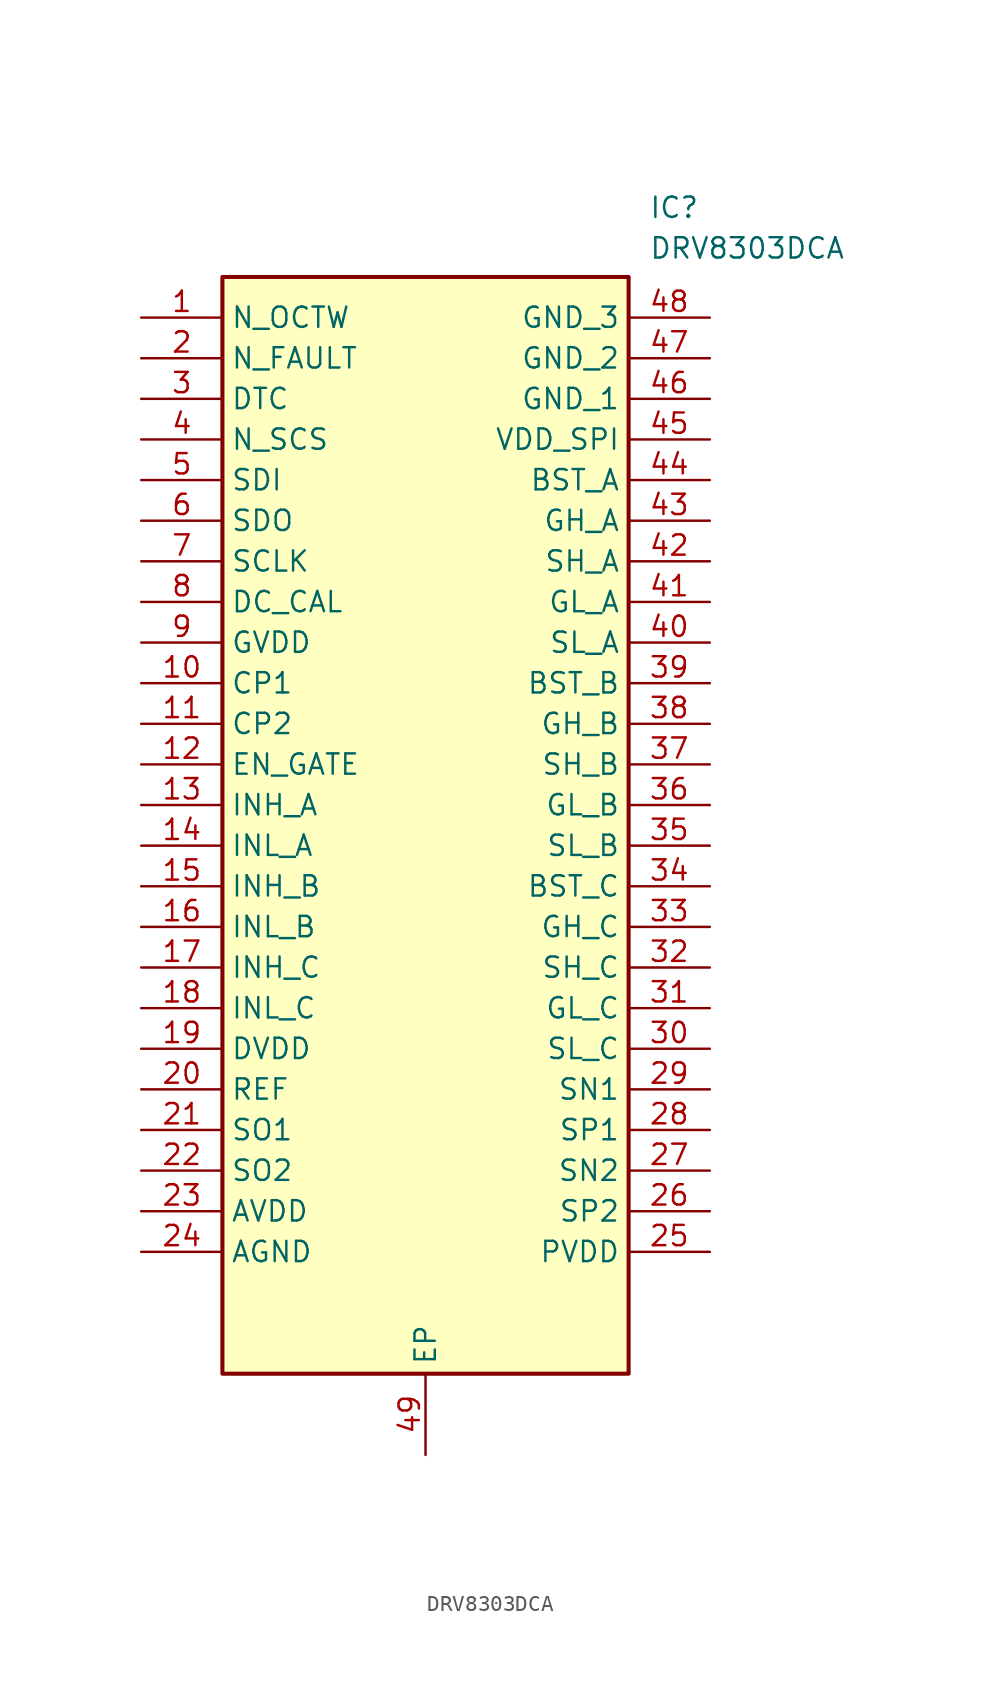
<source format=kicad_sym>
(kicad_symbol_lib
  (version 20211014)
  (generator SamacSys_ECAD_Model)
  (symbol "DRV8303DCA"
    (property "Reference" "IC"
      (at 31.75 7.62 0)
      (effects (font (size 1.27 1.27)) (justify left top)))
    (property "Value" "DRV8303DCA"
      (at 31.75 5.08 0)
      (effects (font (size 1.27 1.27)) (justify left top)))
    (rectangle
      (start 5.08 2.54)
      (end 30.48 -66.04)
      (stroke (width 0.254) (type default))
      (fill (type background)))
    (pin output line
      (at 0 0 0)
      (length 5.08)
      (name "N_OCTW" (effects (font (size 1.27 1.27))))
      (number "1" (effects (font (size 1.27 1.27)))))
    (pin output line
      (at 0 -2.54 0)
      (length 5.08)
      (name "N_FAULT" (effects (font (size 1.27 1.27))))
      (number "2" (effects (font (size 1.27 1.27)))))
    (pin input line
      (at 0 -5.08 0)
      (length 5.08)
      (name "DTC" (effects (font (size 1.27 1.27))))
      (number "3" (effects (font (size 1.27 1.27)))))
    (pin input line
      (at 0 -7.62 0)
      (length 5.08)
      (name "N_SCS" (effects (font (size 1.27 1.27))))
      (number "4" (effects (font (size 1.27 1.27)))))
    (pin input line
      (at 0 -10.16 0)
      (length 5.08)
      (name "SDI" (effects (font (size 1.27 1.27))))
      (number "5" (effects (font (size 1.27 1.27)))))
    (pin output line
      (at 0 -12.7 0)
      (length 5.08)
      (name "SDO" (effects (font (size 1.27 1.27))))
      (number "6" (effects (font (size 1.27 1.27)))))
    (pin input line
      (at 0 -15.24 0)
      (length 5.08)
      (name "SCLK" (effects (font (size 1.27 1.27))))
      (number "7" (effects (font (size 1.27 1.27)))))
    (pin input line
      (at 0 -17.78 0)
      (length 5.08)
      (name "DC_CAL" (effects (font (size 1.27 1.27))))
      (number "8" (effects (font (size 1.27 1.27)))))
    (pin power_in line
      (at 0 -20.32 0)
      (length 5.08)
      (name "GVDD" (effects (font (size 1.27 1.27))))
      (number "9" (effects (font (size 1.27 1.27)))))
    (pin power_in line
      (at 0 -22.86 0)
      (length 5.08)
      (name "CP1" (effects (font (size 1.27 1.27))))
      (number "10" (effects (font (size 1.27 1.27)))))
    (pin power_in line
      (at 0 -25.4 0)
      (length 5.08)
      (name "CP2" (effects (font (size 1.27 1.27))))
      (number "11" (effects (font (size 1.27 1.27)))))
    (pin input line
      (at 0 -27.94 0)
      (length 5.08)
      (name "EN_GATE" (effects (font (size 1.27 1.27))))
      (number "12" (effects (font (size 1.27 1.27)))))
    (pin input line
      (at 0 -30.48 0)
      (length 5.08)
      (name "INH_A" (effects (font (size 1.27 1.27))))
      (number "13" (effects (font (size 1.27 1.27)))))
    (pin input line
      (at 0 -33.02 0)
      (length 5.08)
      (name "INL_A" (effects (font (size 1.27 1.27))))
      (number "14" (effects (font (size 1.27 1.27)))))
    (pin input line
      (at 0 -35.56 0)
      (length 5.08)
      (name "INH_B" (effects (font (size 1.27 1.27))))
      (number "15" (effects (font (size 1.27 1.27)))))
    (pin input line
      (at 0 -38.1 0)
      (length 5.08)
      (name "INL_B" (effects (font (size 1.27 1.27))))
      (number "16" (effects (font (size 1.27 1.27)))))
    (pin input line
      (at 0 -40.64 0)
      (length 5.08)
      (name "INH_C" (effects (font (size 1.27 1.27))))
      (number "17" (effects (font (size 1.27 1.27)))))
    (pin input line
      (at 0 -43.18 0)
      (length 5.08)
      (name "INL_C" (effects (font (size 1.27 1.27))))
      (number "18" (effects (font (size 1.27 1.27)))))
    (pin power_in line
      (at 0 -45.72 0)
      (length 5.08)
      (name "DVDD" (effects (font (size 1.27 1.27))))
      (number "19" (effects (font (size 1.27 1.27)))))
    (pin input line
      (at 0 -48.26 0)
      (length 5.08)
      (name "REF" (effects (font (size 1.27 1.27))))
      (number "20" (effects (font (size 1.27 1.27)))))
    (pin output line
      (at 0 -50.8 0)
      (length 5.08)
      (name "SO1" (effects (font (size 1.27 1.27))))
      (number "21" (effects (font (size 1.27 1.27)))))
    (pin output line
      (at 0 -53.34 0)
      (length 5.08)
      (name "SO2" (effects (font (size 1.27 1.27))))
      (number "22" (effects (font (size 1.27 1.27)))))
    (pin power_in line
      (at 0 -55.88 0)
      (length 5.08)
      (name "AVDD" (effects (font (size 1.27 1.27))))
      (number "23" (effects (font (size 1.27 1.27)))))
    (pin power_in line
      (at 0 -58.42 0)
      (length 5.08)
      (name "AGND" (effects (font (size 1.27 1.27))))
      (number "24" (effects (font (size 1.27 1.27)))))
    (pin passive line
      (at 17.78 -71.12 90)
      (length 5.08)
      (name "EP" (effects (font (size 1.27 1.27))))
      (number "49" (effects (font (size 1.27 1.27)))))
    (pin power_in line
      (at 35.56 0 180)
      (length 5.08)
      (name "GND_3" (effects (font (size 1.27 1.27))))
      (number "48" (effects (font (size 1.27 1.27)))))
    (pin power_in line
      (at 35.56 -2.54 180)
      (length 5.08)
      (name "GND_2" (effects (font (size 1.27 1.27))))
      (number "47" (effects (font (size 1.27 1.27)))))
    (pin power_in line
      (at 35.56 -5.08 180)
      (length 5.08)
      (name "GND_1" (effects (font (size 1.27 1.27))))
      (number "46" (effects (font (size 1.27 1.27)))))
    (pin power_in line
      (at 35.56 -7.62 180)
      (length 5.08)
      (name "VDD_SPI" (effects (font (size 1.27 1.27))))
      (number "45" (effects (font (size 1.27 1.27)))))
    (pin bidirectional line
      (at 35.56 -10.16 180)
      (length 5.08)
      (name "BST_A" (effects (font (size 1.27 1.27))))
      (number "44" (effects (font (size 1.27 1.27)))))
    (pin output line
      (at 35.56 -12.7 180)
      (length 5.08)
      (name "GH_A" (effects (font (size 1.27 1.27))))
      (number "43" (effects (font (size 1.27 1.27)))))
    (pin input line
      (at 35.56 -15.24 180)
      (length 5.08)
      (name "SH_A" (effects (font (size 1.27 1.27))))
      (number "42" (effects (font (size 1.27 1.27)))))
    (pin output line
      (at 35.56 -17.78 180)
      (length 5.08)
      (name "GL_A" (effects (font (size 1.27 1.27))))
      (number "41" (effects (font (size 1.27 1.27)))))
    (pin input line
      (at 35.56 -20.32 180)
      (length 5.08)
      (name "SL_A" (effects (font (size 1.27 1.27))))
      (number "40" (effects (font (size 1.27 1.27)))))
    (pin bidirectional line
      (at 35.56 -22.86 180)
      (length 5.08)
      (name "BST_B" (effects (font (size 1.27 1.27))))
      (number "39" (effects (font (size 1.27 1.27)))))
    (pin output line
      (at 35.56 -25.4 180)
      (length 5.08)
      (name "GH_B" (effects (font (size 1.27 1.27))))
      (number "38" (effects (font (size 1.27 1.27)))))
    (pin input line
      (at 35.56 -27.94 180)
      (length 5.08)
      (name "SH_B" (effects (font (size 1.27 1.27))))
      (number "37" (effects (font (size 1.27 1.27)))))
    (pin output line
      (at 35.56 -30.48 180)
      (length 5.08)
      (name "GL_B" (effects (font (size 1.27 1.27))))
      (number "36" (effects (font (size 1.27 1.27)))))
    (pin input line
      (at 35.56 -33.02 180)
      (length 5.08)
      (name "SL_B" (effects (font (size 1.27 1.27))))
      (number "35" (effects (font (size 1.27 1.27)))))
    (pin bidirectional line
      (at 35.56 -35.56 180)
      (length 5.08)
      (name "BST_C" (effects (font (size 1.27 1.27))))
      (number "34" (effects (font (size 1.27 1.27)))))
    (pin output line
      (at 35.56 -38.1 180)
      (length 5.08)
      (name "GH_C" (effects (font (size 1.27 1.27))))
      (number "33" (effects (font (size 1.27 1.27)))))
    (pin input line
      (at 35.56 -40.64 180)
      (length 5.08)
      (name "SH_C" (effects (font (size 1.27 1.27))))
      (number "32" (effects (font (size 1.27 1.27)))))
    (pin output line
      (at 35.56 -43.18 180)
      (length 5.08)
      (name "GL_C" (effects (font (size 1.27 1.27))))
      (number "31" (effects (font (size 1.27 1.27)))))
    (pin input line
      (at 35.56 -45.72 180)
      (length 5.08)
      (name "SL_C" (effects (font (size 1.27 1.27))))
      (number "30" (effects (font (size 1.27 1.27)))))
    (pin input line
      (at 35.56 -48.26 180)
      (length 5.08)
      (name "SN1" (effects (font (size 1.27 1.27))))
      (number "29" (effects (font (size 1.27 1.27)))))
    (pin input line
      (at 35.56 -50.8 180)
      (length 5.08)
      (name "SP1" (effects (font (size 1.27 1.27))))
      (number "28" (effects (font (size 1.27 1.27)))))
    (pin input line
      (at 35.56 -53.34 180)
      (length 5.08)
      (name "SN2" (effects (font (size 1.27 1.27))))
      (number "27" (effects (font (size 1.27 1.27)))))
    (pin input line
      (at 35.56 -55.88 180)
      (length 5.08)
      (name "SP2" (effects (font (size 1.27 1.27))))
      (number "26" (effects (font (size 1.27 1.27)))))
    (pin power_in line
      (at 35.56 -58.42 180)
      (length 5.08)
      (name "PVDD" (effects (font (size 1.27 1.27))))
      (number "25" (effects (font (size 1.27 1.27)))))))
</source>
